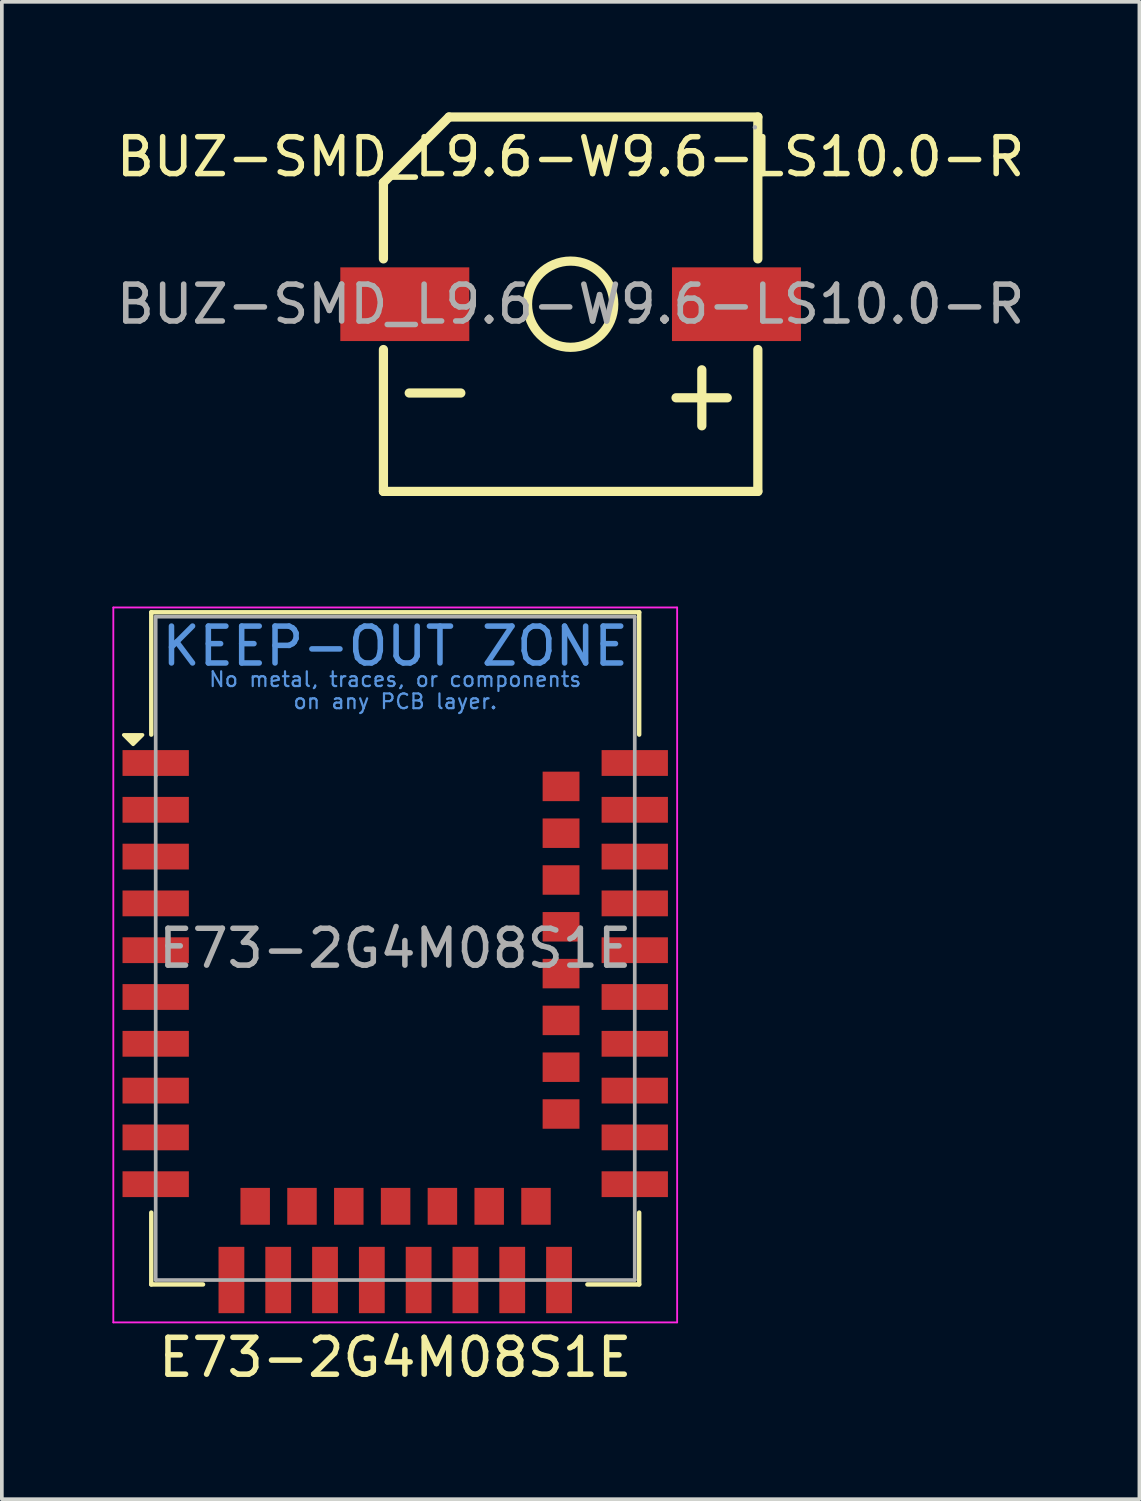
<source format=kicad_pcb>
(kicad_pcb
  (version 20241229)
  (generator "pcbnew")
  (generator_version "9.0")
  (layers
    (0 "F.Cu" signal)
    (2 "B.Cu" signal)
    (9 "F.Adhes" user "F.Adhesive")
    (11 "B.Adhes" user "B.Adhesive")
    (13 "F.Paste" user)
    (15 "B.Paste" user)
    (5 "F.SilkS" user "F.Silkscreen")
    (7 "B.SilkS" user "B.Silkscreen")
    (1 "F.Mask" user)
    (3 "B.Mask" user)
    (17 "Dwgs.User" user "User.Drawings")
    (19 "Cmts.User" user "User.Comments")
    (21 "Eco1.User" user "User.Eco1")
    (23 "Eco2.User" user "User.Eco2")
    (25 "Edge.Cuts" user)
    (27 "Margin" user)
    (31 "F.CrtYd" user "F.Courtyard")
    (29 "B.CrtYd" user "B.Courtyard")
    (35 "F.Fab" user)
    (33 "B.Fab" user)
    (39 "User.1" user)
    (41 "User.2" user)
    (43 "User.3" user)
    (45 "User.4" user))
  (footprint "BUZ-SMD_L9.6-W9.6-LS10.0-R"
    (layer "F.Cu")
    (at 12.435 5.205)
    (property "Reference" "BUZ-SMD_L9.6-W9.6-LS10.0-R" (at 0 -4 0) (layer "F.SilkS") (effects (font (size 1 1) (thickness 0.15))))
    (attr smd)
    (fp_line (start -5.08 -3.3) (end -5.08 -1.23) (stroke (width 0.25) (type solid)) (layer "F.SilkS"))
    (fp_line (start -5.08 -3.3) (end -3.3 -5.08) (stroke (width 0.25) (type solid)) (layer "F.SilkS"))
    (fp_line (start -5.08 1.23) (end -5.08 5.08) (stroke (width 0.25) (type solid)) (layer "F.SilkS"))
    (fp_line (start -4.38 2.41) (end -2.98 2.41) (stroke (width 0.25) (type solid)) (layer "F.SilkS"))
    (fp_line (start -3.3 -5.08) (end 5.08 -5.08) (stroke (width 0.25) (type solid)) (layer "F.SilkS"))
    (fp_line (start 2.86 2.54) (end 4.25 2.54) (stroke (width 0.25) (type solid)) (layer "F.SilkS"))
    (fp_line (start 3.56 1.78) (end 3.56 3.3) (stroke (width 0.25) (type solid)) (layer "F.SilkS"))
    (fp_line (start 5.08 -5.08) (end 5.08 -1.23) (stroke (width 0.25) (type solid)) (layer "F.SilkS"))
    (fp_line (start 5.08 1.23) (end 5.08 5.08) (stroke (width 0.25) (type solid)) (layer "F.SilkS"))
    (fp_line (start 5.08 5.08) (end -5.08 5.08) (stroke (width 0.25) (type solid)) (layer "F.SilkS"))
    (fp_circle (center 0 0) (end 1.17 0) (stroke (width 0.25) (type solid)) (fill no) (layer "F.SilkS"))
    (fp_circle (center 5 -4.8) (end 5.03 -4.8) (stroke (width 0.06) (type solid)) (fill no) (layer "F.Fab"))
    (fp_text user "${REFERENCE}" (at 0 0 0) (layer "F.Fab") (effects (font (size 1 1) (thickness 0.15))))
    (pad "1" smd rect (at 4.5 0) (size 3.5 2) (layers "F.Cu" "F.Mask" "F.Paste"))
    (pad "2" smd rect (at -4.5 0) (size 3.5 2) (layers "F.Cu" "F.Mask" "F.Paste")))
  (footprint "E73-2G4M08S1E"
    (layer "F.Cu")
    (at 7.675 22.735)
    (property "Reference" "E73-2G4M08S1E" (at 0 11.05 0) (layer "F.SilkS") (effects (font (size 1 1) (thickness 0.15))))
    (attr smd)
    (fp_line (start -6.62 -9.17) (end -6.62 -5.85) (stroke (width 0.12) (type solid)) (layer "F.SilkS"))
    (fp_line (start -6.62 9.07) (end -6.62 7.12) (stroke (width 0.12) (type solid)) (layer "F.SilkS"))
    (fp_line (start -6.62 9.07) (end -5.215 9.07) (stroke (width 0.12) (type solid)) (layer "F.SilkS"))
    (fp_line (start 6.62 -9.17) (end -6.62 -9.17) (stroke (width 0.12) (type solid)) (layer "F.SilkS"))
    (fp_line (start 6.62 -9.17) (end 6.62 -5.85) (stroke (width 0.12) (type solid)) (layer "F.SilkS"))
    (fp_line (start 6.62 9.07) (end 5.215 9.07) (stroke (width 0.12) (type solid)) (layer "F.SilkS"))
    (fp_line (start 6.62 9.07) (end 6.62 7.12) (stroke (width 0.12) (type solid)) (layer "F.SilkS"))
    (fp_poly (pts (xy -7.112 -5.588) (xy -6.858 -5.842) (xy -7.366 -5.842)) (stroke (width 0.1) (type solid)) (fill yes) (layer "F.SilkS"))
    (fp_line (start -7.65 -9.3) (end -7.65 10.1) (stroke (width 0.05) (type solid)) (layer "F.CrtYd"))
    (fp_line (start -7.65 10.1) (end 7.65 10.1) (stroke (width 0.05) (type solid)) (layer "F.CrtYd"))
    (fp_line (start 7.65 -9.3) (end -7.65 -9.3) (stroke (width 0.05) (type solid)) (layer "F.CrtYd"))
    (fp_line (start 7.65 10.1) (end 7.65 -9.3) (stroke (width 0.05) (type solid)) (layer "F.CrtYd"))
    (fp_line (start -6.5 -4.73) (end -6.5 -9.05) (stroke (width 0.1) (type solid)) (layer "F.Fab"))
    (fp_line (start -6.5 -4.73) (end -6.5 8.95) (stroke (width 0.1) (type solid)) (layer "F.Fab"))
    (fp_line (start -6.5 8.95) (end 6.5 8.95) (stroke (width 0.1) (type solid)) (layer "F.Fab"))
    (fp_line (start 6.5 -9.05) (end -6.5 -9.05) (stroke (width 0.1) (type solid)) (layer "F.Fab"))
    (fp_line (start 6.5 8.95) (end 6.5 -9.05) (stroke (width 0.1) (type solid)) (layer "F.Fab"))
    (fp_text user "on any PCB layer." (at 0 -6.75 0) (layer "Cmts.User") (effects (font (size 0.4 0.4) (thickness 0.06))))
    (fp_text user "KEEP-OUT ZONE" (at 0 -8.25 0) (layer "Cmts.User") (effects (font (size 1 1) (thickness 0.15))))
    (fp_text user "No metal, traces, or components" (at 0 -7.35 0) (layer "Cmts.User") (effects (font (size 0.4 0.4) (thickness 0.06))))
    (fp_text user "${REFERENCE}" (at 0 -0.05 0) (layer "F.Fab") (effects (font (size 1 1) (thickness 0.15))))
    (pad "1" smd rect (at -6.5 -5.08) (size 1.8 0.7) (layers "F.Cu" "F.Mask" "F.Paste"))
    (pad "2" smd rect (at -6.5 -3.81) (size 1.8 0.7) (layers "F.Cu" "F.Mask" "F.Paste"))
    (pad "3" smd rect (at -6.5 -2.54) (size 1.8 0.7) (layers "F.Cu" "F.Mask" "F.Paste"))
    (pad "4" smd rect (at -6.5 -1.27) (size 1.8 0.7) (layers "F.Cu" "F.Mask" "F.Paste"))
    (pad "5" smd rect (at -6.5 0) (size 1.8 0.7) (layers "F.Cu" "F.Mask" "F.Paste"))
    (pad "6" smd rect (at -6.5 1.27) (size 1.8 0.7) (layers "F.Cu" "F.Mask" "F.Paste"))
    (pad "7" smd rect (at -6.5 2.54) (size 1.8 0.7) (layers "F.Cu" "F.Mask" "F.Paste"))
    (pad "8" smd rect (at -6.5 3.81) (size 1.8 0.7) (layers "F.Cu" "F.Mask" "F.Paste"))
    (pad "9" smd rect (at -6.5 5.08) (size 1.8 0.7) (layers "F.Cu" "F.Mask" "F.Paste"))
    (pad "10" smd rect (at -6.5 6.35) (size 1.8 0.7) (layers "F.Cu" "F.Mask" "F.Paste"))
    (pad "11" smd rect (at -4.445 8.95) (size 0.7 1.8) (layers "F.Cu" "F.Mask" "F.Paste"))
    (pad "12" smd rect (at -3.8 6.95) (size 0.8 1) (layers "F.Cu" "F.Mask" "F.Paste"))
    (pad "13" smd rect (at -3.175 8.95) (size 0.7 1.8) (layers "F.Cu" "F.Mask" "F.Paste"))
    (pad "14" smd rect (at -2.53 6.95) (size 0.8 1) (layers "F.Cu" "F.Mask" "F.Paste"))
    (pad "15" smd rect (at -1.905 8.95) (size 0.7 1.8) (layers "F.Cu" "F.Mask" "F.Paste"))
    (pad "16" smd rect (at -1.26 6.95) (size 0.8 1) (layers "F.Cu" "F.Mask" "F.Paste"))
    (pad "17" smd rect (at -0.635 8.95) (size 0.7 1.8) (layers "F.Cu" "F.Mask" "F.Paste"))
    (pad "18" smd rect (at 0.01 6.95) (size 0.8 1) (layers "F.Cu" "F.Mask" "F.Paste"))
    (pad "19" smd rect (at 0.635 8.95) (size 0.7 1.8) (layers "F.Cu" "F.Mask" "F.Paste"))
    (pad "20" smd rect (at 1.28 6.95) (size 0.8 1) (layers "F.Cu" "F.Mask" "F.Paste"))
    (pad "21" smd rect (at 1.905 8.95) (size 0.7 1.8) (layers "F.Cu" "F.Mask" "F.Paste"))
    (pad "22" smd rect (at 2.55 6.95) (size 0.8 1) (layers "F.Cu" "F.Mask" "F.Paste"))
    (pad "23" smd rect (at 3.175 8.95) (size 0.7 1.8) (layers "F.Cu" "F.Mask" "F.Paste"))
    (pad "24" smd rect (at 3.82 6.95) (size 0.8 1) (layers "F.Cu" "F.Mask" "F.Paste"))
    (pad "25" smd rect (at 4.445 8.95) (size 0.7 1.8) (layers "F.Cu" "F.Mask" "F.Paste"))
    (pad "26" smd rect (at 6.5 6.35) (size 1.8 0.7) (layers "F.Cu" "F.Mask" "F.Paste"))
    (pad "27" smd rect (at 6.5 5.08) (size 1.8 0.7) (layers "F.Cu" "F.Mask" "F.Paste"))
    (pad "28" smd rect (at 4.5 4.445) (size 1 0.8) (layers "F.Cu" "F.Mask" "F.Paste"))
    (pad "29" smd rect (at 6.5 3.81) (size 1.8 0.7) (layers "F.Cu" "F.Mask" "F.Paste"))
    (pad "30" smd rect (at 4.5 3.175) (size 1 0.8) (layers "F.Cu" "F.Mask" "F.Paste"))
    (pad "31" smd rect (at 6.5 2.54) (size 1.8 0.7) (layers "F.Cu" "F.Mask" "F.Paste"))
    (pad "32" smd rect (at 4.5 1.905) (size 1 0.8) (layers "F.Cu" "F.Mask" "F.Paste"))
    (pad "33" smd rect (at 6.5 1.27) (size 1.8 0.7) (layers "F.Cu" "F.Mask" "F.Paste"))
    (pad "34" smd rect (at 4.5 0.635) (size 1 0.8) (layers "F.Cu" "F.Mask" "F.Paste"))
    (pad "35" smd rect (at 6.5 0) (size 1.8 0.7) (layers "F.Cu" "F.Mask" "F.Paste"))
    (pad "36" smd rect (at 4.5 -0.635) (size 1 0.8) (layers "F.Cu" "F.Mask" "F.Paste"))
    (pad "37" smd rect (at 6.5 -1.27) (size 1.8 0.7) (layers "F.Cu" "F.Mask" "F.Paste"))
    (pad "38" smd rect (at 4.5 -1.905) (size 1 0.8) (layers "F.Cu" "F.Mask" "F.Paste"))
    (pad "39" smd rect (at 6.5 -2.54) (size 1.8 0.7) (layers "F.Cu" "F.Mask" "F.Paste"))
    (pad "40" smd rect (at 4.5 -3.175) (size 1 0.8) (layers "F.Cu" "F.Mask" "F.Paste"))
    (pad "41" smd rect (at 6.5 -3.81) (size 1.8 0.7) (layers "F.Cu" "F.Mask" "F.Paste"))
    (pad "42" smd rect (at 4.5 -4.445) (size 1 0.8) (layers "F.Cu" "F.Mask" "F.Paste"))
    (pad "43" smd rect (at 6.5 -5.08) (size 1.8 0.7) (layers "F.Cu" "F.Mask" "F.Paste"))
    (zone (net_name "") (layers "F.Cu" "B.Cu") (name "RF Blockout") (hatch full 0.5) (connect_pads) (min_thickness 0.25) (filled_areas_thickness no) (keepout (tracks not_allowed) (vias not_allowed) (pads not_allowed) (copperpour not_allowed) (footprints not_allowed)) (placement (enabled no)) (fill) (polygon (pts (xy 1.071 16.893) (xy 14.279 16.893) (xy 14.279 13.591) (xy 1.071 13.591)))))
  (gr_rect
    (start -3 -3)
    (end 27.869 37.633)
    (stroke (width 0.1) (type default))
    (fill no)
    (layer "Edge.Cuts")))
</source>
